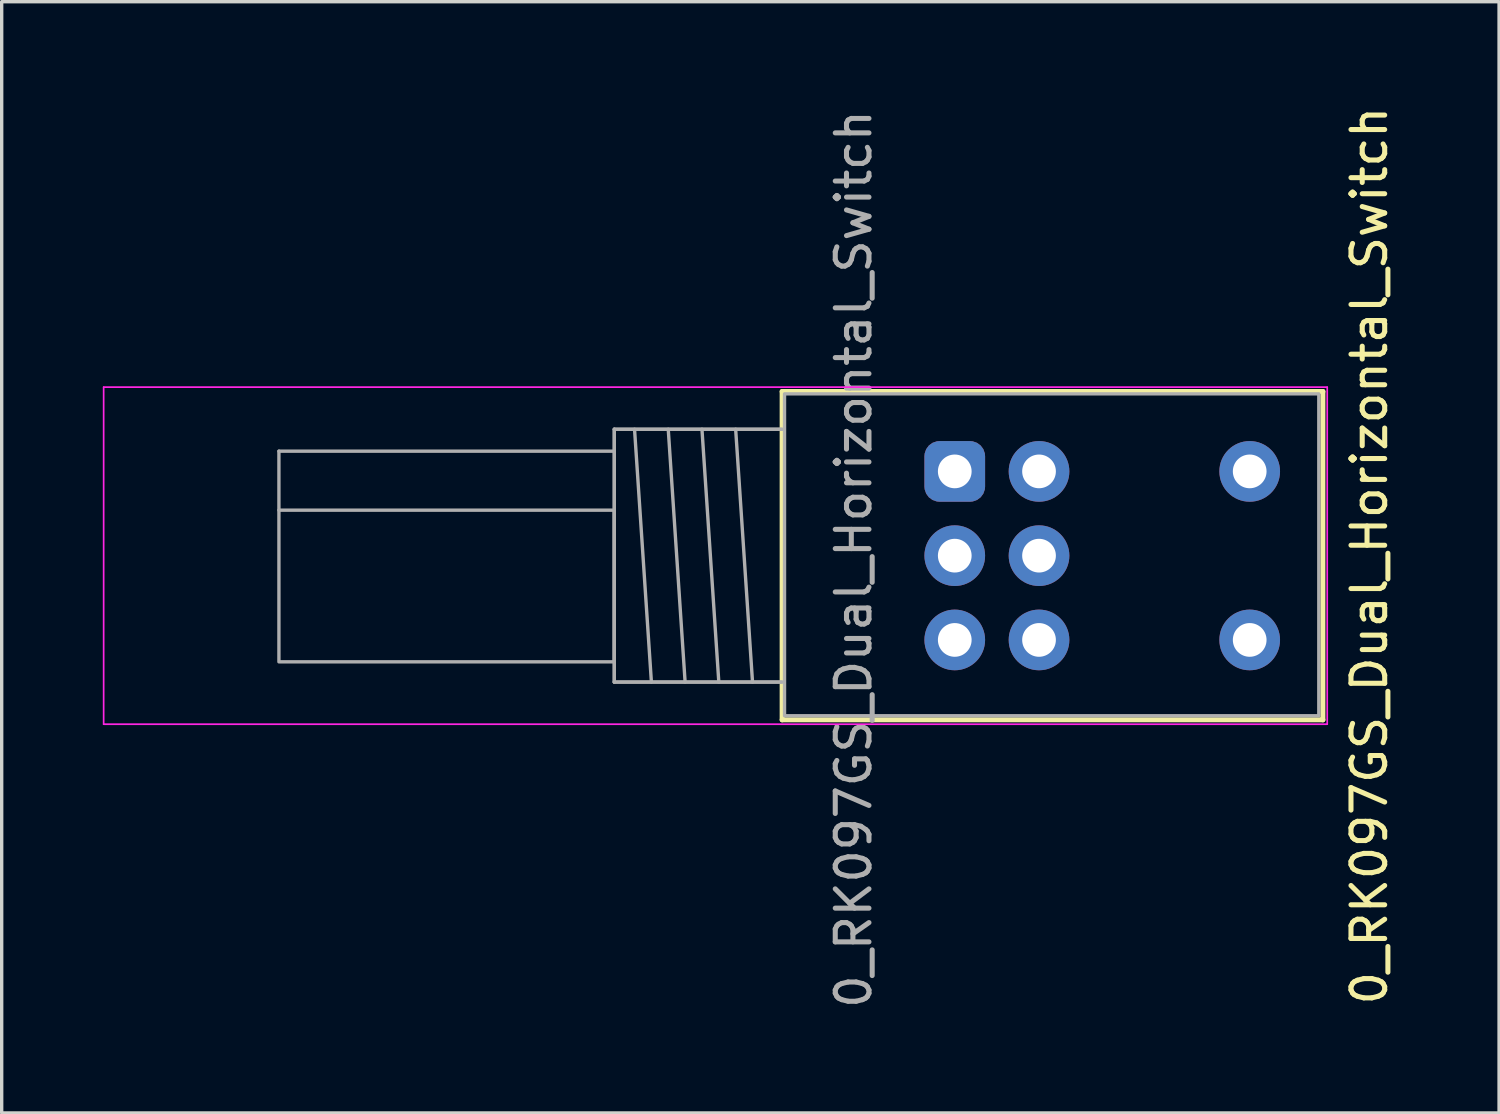
<source format=kicad_pcb>
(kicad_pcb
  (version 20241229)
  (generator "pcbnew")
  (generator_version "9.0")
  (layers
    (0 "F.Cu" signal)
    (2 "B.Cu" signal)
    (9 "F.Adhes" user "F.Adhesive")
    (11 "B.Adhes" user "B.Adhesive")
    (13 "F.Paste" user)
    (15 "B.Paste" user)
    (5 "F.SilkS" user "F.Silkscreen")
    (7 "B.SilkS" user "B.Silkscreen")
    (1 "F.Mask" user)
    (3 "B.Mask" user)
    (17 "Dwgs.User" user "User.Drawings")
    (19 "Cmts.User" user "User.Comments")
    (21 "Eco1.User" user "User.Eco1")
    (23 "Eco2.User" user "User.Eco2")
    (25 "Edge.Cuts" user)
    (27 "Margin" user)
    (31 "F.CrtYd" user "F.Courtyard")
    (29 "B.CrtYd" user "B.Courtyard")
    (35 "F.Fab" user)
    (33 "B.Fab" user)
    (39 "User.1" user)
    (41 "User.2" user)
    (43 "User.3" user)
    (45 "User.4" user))
  (footprint "0_RK097GS_Dual_Horizontal_Switch"
    (layer "F.Cu")
    (at 25.275 10.935)
    (property "Reference" "0_RK097GS_Dual_Horizontal_Switch" (at 12.3 2.5 270) (layer "F.SilkS") (effects (font (size 1 1) (thickness 0.15))))
    (attr through_hole)
    (fp_line (start -5.12 7.37) (end -5.12 -2.37) (stroke (width 0.15) (type solid)) (layer "F.SilkS"))
    (fp_line (start 10.921 -2.37) (end -5.12 -2.37) (stroke (width 0.15) (type solid)) (layer "F.SilkS"))
    (fp_line (start 10.921 7.37) (end -5.12 7.37) (stroke (width 0.15) (type solid)) (layer "F.SilkS"))
    (fp_line (start 10.921 7.37) (end 10.921 -2.37) (stroke (width 0.15) (type solid)) (layer "F.SilkS"))
    (fp_line (start -25.25 -2.5) (end -25.25 7.5) (stroke (width 0.05) (type solid)) (layer "F.CrtYd"))
    (fp_line (start -25.25 7.5) (end 11.05 7.5) (stroke (width 0.05) (type solid)) (layer "F.CrtYd"))
    (fp_line (start 11.05 -2.5) (end -25.25 -2.5) (stroke (width 0.05) (type solid)) (layer "F.CrtYd"))
    (fp_line (start 11.05 7.5) (end 11.05 -2.5) (stroke (width 0.05) (type solid)) (layer "F.CrtYd"))
    (fp_line (start -20.05 -0.6) (end -10.1 -0.6) (stroke (width 0.1) (type default)) (layer "F.Fab"))
    (fp_line (start -20.05 1.15) (end -20.05 -0.6) (stroke (width 0.1) (type default)) (layer "F.Fab"))
    (fp_line (start -10.1 -1.25) (end -10.1 6.25) (stroke (width 0.1) (type default)) (layer "F.Fab"))
    (fp_line (start -10.1 -1.25) (end -10.1 6.25) (stroke (width 0.1) (type default)) (layer "F.Fab"))
    (fp_line (start -10.1 6.25) (end -5.15 6.25) (stroke (width 0.1) (type default)) (layer "F.Fab"))
    (fp_line (start -10.1 6.25) (end -5.1 6.25) (stroke (width 0.1) (type default)) (layer "F.Fab"))
    (fp_line (start -9 6.25) (end -9.5 -1.25) (stroke (width 0.1) (type default)) (layer "F.Fab"))
    (fp_line (start -8.5 -1.25) (end -8 6.25) (stroke (width 0.1) (type default)) (layer "F.Fab"))
    (fp_line (start -7 6.25) (end -7.5 -1.25) (stroke (width 0.1) (type default)) (layer "F.Fab"))
    (fp_line (start -6.5 -1.25) (end -6 6.25) (stroke (width 0.1) (type default)) (layer "F.Fab"))
    (fp_line (start -5.15 -1.25) (end -10.1 -1.25) (stroke (width 0.1) (type default)) (layer "F.Fab"))
    (fp_line (start -5.1 -1.25) (end -10.1 -1.25) (stroke (width 0.1) (type default)) (layer "F.Fab"))
    (fp_rect (start -20.05 1.15) (end -10.1 5.65) (stroke (width 0.1) (type default)) (fill no) (layer "F.Fab"))
    (fp_rect (start -5.05 -2.3) (end 10.8 7.25) (stroke (width 0.1) (type default)) (fill no) (layer "F.Fab"))
    (fp_text user "${REFERENCE}" (at -3 2.6 270) (layer "F.Fab") (effects (font (size 1 1) (thickness 0.15))))
    (pad "1" thru_hole roundrect (at 0 0 180) (size 1.8 1.8) (drill 1) (layers "*.Cu" "*.Mask") (roundrect_rratio 0.25))
    (pad "2" thru_hole circle (at 0 2.5 180) (size 1.8 1.8) (drill 1) (layers "*.Cu" "*.Mask"))
    (pad "3" thru_hole circle (at 0 5 180) (size 1.8 1.8) (drill 1) (layers "*.Cu" "*.Mask"))
    (pad "4" thru_hole circle (at 2.5 0 180) (size 1.8 1.8) (drill 1) (layers "*.Cu" "*.Mask"))
    (pad "5" thru_hole circle (at 2.5 2.5 180) (size 1.8 1.8) (drill 1) (layers "*.Cu" "*.Mask"))
    (pad "6" thru_hole circle (at 2.5 5 180) (size 1.8 1.8) (drill 1) (layers "*.Cu" "*.Mask"))
    (pad "7" thru_hole circle (at 8.75 0 180) (size 1.8 1.8) (drill 1) (layers "*.Cu" "*.Mask"))
    (pad "8" thru_hole circle (at 8.75 5 180) (size 1.8 1.8) (drill 1) (layers "*.Cu" "*.Mask")))
  (gr_rect
    (start -3 -3)
    (end 41.423 29.969)
    (stroke (width 0.1) (type default))
    (fill no)
    (layer "Edge.Cuts")))
</source>
